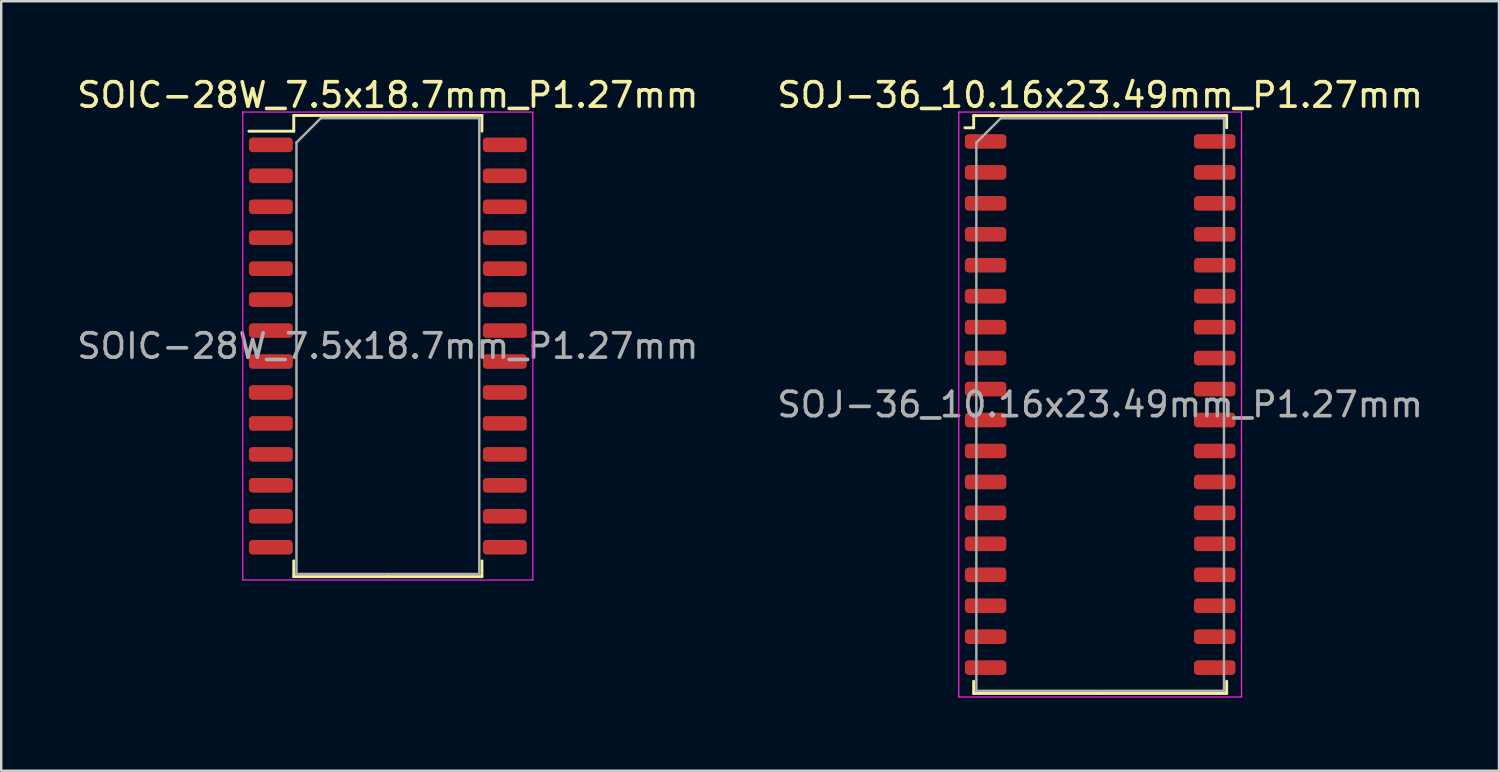
<source format=kicad_pcb>
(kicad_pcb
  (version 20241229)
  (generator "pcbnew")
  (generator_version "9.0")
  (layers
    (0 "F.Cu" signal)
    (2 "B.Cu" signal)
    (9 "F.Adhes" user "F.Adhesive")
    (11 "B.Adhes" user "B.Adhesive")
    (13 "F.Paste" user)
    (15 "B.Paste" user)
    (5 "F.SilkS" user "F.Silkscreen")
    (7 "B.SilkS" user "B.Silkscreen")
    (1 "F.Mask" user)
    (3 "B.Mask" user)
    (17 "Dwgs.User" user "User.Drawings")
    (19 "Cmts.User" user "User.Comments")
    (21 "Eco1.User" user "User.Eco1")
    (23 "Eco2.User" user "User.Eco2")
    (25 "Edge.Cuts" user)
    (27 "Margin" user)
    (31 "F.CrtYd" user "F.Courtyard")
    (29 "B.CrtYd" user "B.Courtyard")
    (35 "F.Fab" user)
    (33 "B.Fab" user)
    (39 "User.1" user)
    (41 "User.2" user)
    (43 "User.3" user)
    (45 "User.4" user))
  (footprint "SOIC-28W_7.5x18.7mm_P1.27mm"
    (layer "F.Cu")
    (at 12.863 11.148)
    (property "Reference" "SOIC-28W_7.5x18.7mm_P1.27mm" (at 0 -10.3 0) (layer "F.SilkS") (effects (font (size 1 1) (thickness 0.15))))
    (attr smd)
    (fp_line (start -3.86 -9.46) (end -3.86 -8.815) (stroke (width 0.12) (type solid)) (layer "F.SilkS"))
    (fp_line (start -3.86 -8.815) (end -5.7 -8.815) (stroke (width 0.12) (type solid)) (layer "F.SilkS"))
    (fp_line (start -3.86 9.46) (end -3.86 8.815) (stroke (width 0.12) (type solid)) (layer "F.SilkS"))
    (fp_line (start 0 -9.46) (end -3.86 -9.46) (stroke (width 0.12) (type solid)) (layer "F.SilkS"))
    (fp_line (start 0 -9.46) (end 3.86 -9.46) (stroke (width 0.12) (type solid)) (layer "F.SilkS"))
    (fp_line (start 0 9.46) (end -3.86 9.46) (stroke (width 0.12) (type solid)) (layer "F.SilkS"))
    (fp_line (start 0 9.46) (end 3.86 9.46) (stroke (width 0.12) (type solid)) (layer "F.SilkS"))
    (fp_line (start 3.86 -9.46) (end 3.86 -8.815) (stroke (width 0.12) (type solid)) (layer "F.SilkS"))
    (fp_line (start 3.86 9.46) (end 3.86 8.815) (stroke (width 0.12) (type solid)) (layer "F.SilkS"))
    (fp_line (start -5.95 -9.6) (end -5.95 9.6) (stroke (width 0.05) (type solid)) (layer "F.CrtYd"))
    (fp_line (start -5.95 9.6) (end 5.95 9.6) (stroke (width 0.05) (type solid)) (layer "F.CrtYd"))
    (fp_line (start 5.95 -9.6) (end -5.95 -9.6) (stroke (width 0.05) (type solid)) (layer "F.CrtYd"))
    (fp_line (start 5.95 9.6) (end 5.95 -9.6) (stroke (width 0.05) (type solid)) (layer "F.CrtYd"))
    (fp_line (start -3.75 -8.35) (end -2.75 -9.35) (stroke (width 0.1) (type solid)) (layer "F.Fab"))
    (fp_line (start -3.75 9.35) (end -3.75 -8.35) (stroke (width 0.1) (type solid)) (layer "F.Fab"))
    (fp_line (start -2.75 -9.35) (end 3.75 -9.35) (stroke (width 0.1) (type solid)) (layer "F.Fab"))
    (fp_line (start 3.75 -9.35) (end 3.75 9.35) (stroke (width 0.1) (type solid)) (layer "F.Fab"))
    (fp_line (start 3.75 9.35) (end -3.75 9.35) (stroke (width 0.1) (type solid)) (layer "F.Fab"))
    (fp_text user "${REFERENCE}" (at 0 0 0) (layer "F.Fab") (effects (font (size 1 1) (thickness 0.15))))
    (pad "1" smd roundrect (at -4.8 -8.255) (size 1.8 0.6) (layers "F.Cu" "F.Mask" "F.Paste") (roundrect_rratio 0.25))
    (pad "2" smd roundrect (at -4.8 -6.985) (size 1.8 0.6) (layers "F.Cu" "F.Mask" "F.Paste") (roundrect_rratio 0.25))
    (pad "3" smd roundrect (at -4.8 -5.715) (size 1.8 0.6) (layers "F.Cu" "F.Mask" "F.Paste") (roundrect_rratio 0.25))
    (pad "4" smd roundrect (at -4.8 -4.445) (size 1.8 0.6) (layers "F.Cu" "F.Mask" "F.Paste") (roundrect_rratio 0.25))
    (pad "5" smd roundrect (at -4.8 -3.175) (size 1.8 0.6) (layers "F.Cu" "F.Mask" "F.Paste") (roundrect_rratio 0.25))
    (pad "6" smd roundrect (at -4.8 -1.905) (size 1.8 0.6) (layers "F.Cu" "F.Mask" "F.Paste") (roundrect_rratio 0.25))
    (pad "7" smd roundrect (at -4.8 -0.635) (size 1.8 0.6) (layers "F.Cu" "F.Mask" "F.Paste") (roundrect_rratio 0.25))
    (pad "8" smd roundrect (at -4.8 0.635) (size 1.8 0.6) (layers "F.Cu" "F.Mask" "F.Paste") (roundrect_rratio 0.25))
    (pad "9" smd roundrect (at -4.8 1.905) (size 1.8 0.6) (layers "F.Cu" "F.Mask" "F.Paste") (roundrect_rratio 0.25))
    (pad "10" smd roundrect (at -4.8 3.175) (size 1.8 0.6) (layers "F.Cu" "F.Mask" "F.Paste") (roundrect_rratio 0.25))
    (pad "11" smd roundrect (at -4.8 4.445) (size 1.8 0.6) (layers "F.Cu" "F.Mask" "F.Paste") (roundrect_rratio 0.25))
    (pad "12" smd roundrect (at -4.8 5.715) (size 1.8 0.6) (layers "F.Cu" "F.Mask" "F.Paste") (roundrect_rratio 0.25))
    (pad "13" smd roundrect (at -4.8 6.985) (size 1.8 0.6) (layers "F.Cu" "F.Mask" "F.Paste") (roundrect_rratio 0.25))
    (pad "14" smd roundrect (at -4.8 8.255) (size 1.8 0.6) (layers "F.Cu" "F.Mask" "F.Paste") (roundrect_rratio 0.25))
    (pad "15" smd roundrect (at 4.8 8.255) (size 1.8 0.6) (layers "F.Cu" "F.Mask" "F.Paste") (roundrect_rratio 0.25))
    (pad "16" smd roundrect (at 4.8 6.985) (size 1.8 0.6) (layers "F.Cu" "F.Mask" "F.Paste") (roundrect_rratio 0.25))
    (pad "17" smd roundrect (at 4.8 5.715) (size 1.8 0.6) (layers "F.Cu" "F.Mask" "F.Paste") (roundrect_rratio 0.25))
    (pad "18" smd roundrect (at 4.8 4.445) (size 1.8 0.6) (layers "F.Cu" "F.Mask" "F.Paste") (roundrect_rratio 0.25))
    (pad "19" smd roundrect (at 4.8 3.175) (size 1.8 0.6) (layers "F.Cu" "F.Mask" "F.Paste") (roundrect_rratio 0.25))
    (pad "20" smd roundrect (at 4.8 1.905) (size 1.8 0.6) (layers "F.Cu" "F.Mask" "F.Paste") (roundrect_rratio 0.25))
    (pad "21" smd roundrect (at 4.8 0.635) (size 1.8 0.6) (layers "F.Cu" "F.Mask" "F.Paste") (roundrect_rratio 0.25))
    (pad "22" smd roundrect (at 4.8 -0.635) (size 1.8 0.6) (layers "F.Cu" "F.Mask" "F.Paste") (roundrect_rratio 0.25))
    (pad "23" smd roundrect (at 4.8 -1.905) (size 1.8 0.6) (layers "F.Cu" "F.Mask" "F.Paste") (roundrect_rratio 0.25))
    (pad "24" smd roundrect (at 4.8 -3.175) (size 1.8 0.6) (layers "F.Cu" "F.Mask" "F.Paste") (roundrect_rratio 0.25))
    (pad "25" smd roundrect (at 4.8 -4.445) (size 1.8 0.6) (layers "F.Cu" "F.Mask" "F.Paste") (roundrect_rratio 0.25))
    (pad "26" smd roundrect (at 4.8 -5.715) (size 1.8 0.6) (layers "F.Cu" "F.Mask" "F.Paste") (roundrect_rratio 0.25))
    (pad "27" smd roundrect (at 4.8 -6.985) (size 1.8 0.6) (layers "F.Cu" "F.Mask" "F.Paste") (roundrect_rratio 0.25))
    (pad "28" smd roundrect (at 4.8 -8.255) (size 1.8 0.6) (layers "F.Cu" "F.Mask" "F.Paste") (roundrect_rratio 0.25)))
  (footprint "SOJ-36_10.16x23.49mm_P1.27mm"
    (layer "F.Cu")
    (at 42.089 13.548)
    (property "Reference" "SOJ-36_10.16x23.49mm_P1.27mm" (at 0 -12.7 0) (layer "F.SilkS") (effects (font (size 1 1) (thickness 0.15))))
    (attr smd)
    (fp_line (start -5.19 -11.855) (end -5.19 -11.355) (stroke (width 0.12) (type solid)) (layer "F.SilkS"))
    (fp_line (start -5.19 -11.355) (end -5.55 -11.355) (stroke (width 0.12) (type solid)) (layer "F.SilkS"))
    (fp_line (start -5.19 11.855) (end -5.19 11.355) (stroke (width 0.12) (type solid)) (layer "F.SilkS"))
    (fp_line (start 0 -11.855) (end -5.19 -11.855) (stroke (width 0.12) (type solid)) (layer "F.SilkS"))
    (fp_line (start 0 -11.855) (end 5.19 -11.855) (stroke (width 0.12) (type solid)) (layer "F.SilkS"))
    (fp_line (start 0 11.855) (end -5.19 11.855) (stroke (width 0.12) (type solid)) (layer "F.SilkS"))
    (fp_line (start 0 11.855) (end 5.19 11.855) (stroke (width 0.12) (type solid)) (layer "F.SilkS"))
    (fp_line (start 5.19 -11.855) (end 5.19 -11.355) (stroke (width 0.12) (type solid)) (layer "F.SilkS"))
    (fp_line (start 5.19 11.855) (end 5.19 11.355) (stroke (width 0.12) (type solid)) (layer "F.SilkS"))
    (fp_line (start -5.8 -12) (end -5.8 12) (stroke (width 0.05) (type solid)) (layer "F.CrtYd"))
    (fp_line (start -5.8 12) (end 5.8 12) (stroke (width 0.05) (type solid)) (layer "F.CrtYd"))
    (fp_line (start 5.8 -12) (end -5.8 -12) (stroke (width 0.05) (type solid)) (layer "F.CrtYd"))
    (fp_line (start 5.8 12) (end 5.8 -12) (stroke (width 0.05) (type solid)) (layer "F.CrtYd"))
    (fp_line (start -5.08 -10.745) (end -4.08 -11.745) (stroke (width 0.1) (type solid)) (layer "F.Fab"))
    (fp_line (start -5.08 11.745) (end -5.08 -10.745) (stroke (width 0.1) (type solid)) (layer "F.Fab"))
    (fp_line (start -4.08 -11.745) (end 5.08 -11.745) (stroke (width 0.1) (type solid)) (layer "F.Fab"))
    (fp_line (start 5.08 -11.745) (end 5.08 11.745) (stroke (width 0.1) (type solid)) (layer "F.Fab"))
    (fp_line (start 5.08 11.745) (end -5.08 11.745) (stroke (width 0.1) (type solid)) (layer "F.Fab"))
    (fp_text user "${REFERENCE}" (at 0 0 0) (layer "F.Fab") (effects (font (size 1 1) (thickness 0.15))))
    (pad "1" smd roundrect (at -4.7 -10.795) (size 1.7 0.6) (layers "F.Cu" "F.Mask" "F.Paste") (roundrect_rratio 0.25))
    (pad "2" smd roundrect (at -4.7 -9.525) (size 1.7 0.6) (layers "F.Cu" "F.Mask" "F.Paste") (roundrect_rratio 0.25))
    (pad "3" smd roundrect (at -4.7 -8.255) (size 1.7 0.6) (layers "F.Cu" "F.Mask" "F.Paste") (roundrect_rratio 0.25))
    (pad "4" smd roundrect (at -4.7 -6.985) (size 1.7 0.6) (layers "F.Cu" "F.Mask" "F.Paste") (roundrect_rratio 0.25))
    (pad "5" smd roundrect (at -4.7 -5.715) (size 1.7 0.6) (layers "F.Cu" "F.Mask" "F.Paste") (roundrect_rratio 0.25))
    (pad "6" smd roundrect (at -4.7 -4.445) (size 1.7 0.6) (layers "F.Cu" "F.Mask" "F.Paste") (roundrect_rratio 0.25))
    (pad "7" smd roundrect (at -4.7 -3.175) (size 1.7 0.6) (layers "F.Cu" "F.Mask" "F.Paste") (roundrect_rratio 0.25))
    (pad "8" smd roundrect (at -4.7 -1.905) (size 1.7 0.6) (layers "F.Cu" "F.Mask" "F.Paste") (roundrect_rratio 0.25))
    (pad "9" smd roundrect (at -4.7 -0.635) (size 1.7 0.6) (layers "F.Cu" "F.Mask" "F.Paste") (roundrect_rratio 0.25))
    (pad "10" smd roundrect (at -4.7 0.635) (size 1.7 0.6) (layers "F.Cu" "F.Mask" "F.Paste") (roundrect_rratio 0.25))
    (pad "11" smd roundrect (at -4.7 1.905) (size 1.7 0.6) (layers "F.Cu" "F.Mask" "F.Paste") (roundrect_rratio 0.25))
    (pad "12" smd roundrect (at -4.7 3.175) (size 1.7 0.6) (layers "F.Cu" "F.Mask" "F.Paste") (roundrect_rratio 0.25))
    (pad "13" smd roundrect (at -4.7 4.445) (size 1.7 0.6) (layers "F.Cu" "F.Mask" "F.Paste") (roundrect_rratio 0.25))
    (pad "14" smd roundrect (at -4.7 5.715) (size 1.7 0.6) (layers "F.Cu" "F.Mask" "F.Paste") (roundrect_rratio 0.25))
    (pad "15" smd roundrect (at -4.7 6.985) (size 1.7 0.6) (layers "F.Cu" "F.Mask" "F.Paste") (roundrect_rratio 0.25))
    (pad "16" smd roundrect (at -4.7 8.255) (size 1.7 0.6) (layers "F.Cu" "F.Mask" "F.Paste") (roundrect_rratio 0.25))
    (pad "17" smd roundrect (at -4.7 9.525) (size 1.7 0.6) (layers "F.Cu" "F.Mask" "F.Paste") (roundrect_rratio 0.25))
    (pad "18" smd roundrect (at -4.7 10.795) (size 1.7 0.6) (layers "F.Cu" "F.Mask" "F.Paste") (roundrect_rratio 0.25))
    (pad "19" smd roundrect (at 4.7 10.795) (size 1.7 0.6) (layers "F.Cu" "F.Mask" "F.Paste") (roundrect_rratio 0.25))
    (pad "20" smd roundrect (at 4.7 9.525) (size 1.7 0.6) (layers "F.Cu" "F.Mask" "F.Paste") (roundrect_rratio 0.25))
    (pad "21" smd roundrect (at 4.7 8.255) (size 1.7 0.6) (layers "F.Cu" "F.Mask" "F.Paste") (roundrect_rratio 0.25))
    (pad "22" smd roundrect (at 4.7 6.985) (size 1.7 0.6) (layers "F.Cu" "F.Mask" "F.Paste") (roundrect_rratio 0.25))
    (pad "23" smd roundrect (at 4.7 5.715) (size 1.7 0.6) (layers "F.Cu" "F.Mask" "F.Paste") (roundrect_rratio 0.25))
    (pad "24" smd roundrect (at 4.7 4.445) (size 1.7 0.6) (layers "F.Cu" "F.Mask" "F.Paste") (roundrect_rratio 0.25))
    (pad "25" smd roundrect (at 4.7 3.175) (size 1.7 0.6) (layers "F.Cu" "F.Mask" "F.Paste") (roundrect_rratio 0.25))
    (pad "26" smd roundrect (at 4.7 1.905) (size 1.7 0.6) (layers "F.Cu" "F.Mask" "F.Paste") (roundrect_rratio 0.25))
    (pad "27" smd roundrect (at 4.7 0.635) (size 1.7 0.6) (layers "F.Cu" "F.Mask" "F.Paste") (roundrect_rratio 0.25))
    (pad "28" smd roundrect (at 4.7 -0.635) (size 1.7 0.6) (layers "F.Cu" "F.Mask" "F.Paste") (roundrect_rratio 0.25))
    (pad "29" smd roundrect (at 4.7 -1.905) (size 1.7 0.6) (layers "F.Cu" "F.Mask" "F.Paste") (roundrect_rratio 0.25))
    (pad "30" smd roundrect (at 4.7 -3.175) (size 1.7 0.6) (layers "F.Cu" "F.Mask" "F.Paste") (roundrect_rratio 0.25))
    (pad "31" smd roundrect (at 4.7 -4.445) (size 1.7 0.6) (layers "F.Cu" "F.Mask" "F.Paste") (roundrect_rratio 0.25))
    (pad "32" smd roundrect (at 4.7 -5.715) (size 1.7 0.6) (layers "F.Cu" "F.Mask" "F.Paste") (roundrect_rratio 0.25))
    (pad "33" smd roundrect (at 4.7 -6.985) (size 1.7 0.6) (layers "F.Cu" "F.Mask" "F.Paste") (roundrect_rratio 0.25))
    (pad "34" smd roundrect (at 4.7 -8.255) (size 1.7 0.6) (layers "F.Cu" "F.Mask" "F.Paste") (roundrect_rratio 0.25))
    (pad "35" smd roundrect (at 4.7 -9.525) (size 1.7 0.6) (layers "F.Cu" "F.Mask" "F.Paste") (roundrect_rratio 0.25))
    (pad "36" smd roundrect (at 4.7 -10.795) (size 1.7 0.6) (layers "F.Cu" "F.Mask" "F.Paste") (roundrect_rratio 0.25)))
  (gr_rect
    (start -3 -3)
    (end 58.452 28.573)
    (stroke (width 0.1) (type default))
    (fill no)
    (layer "Edge.Cuts")))
</source>
